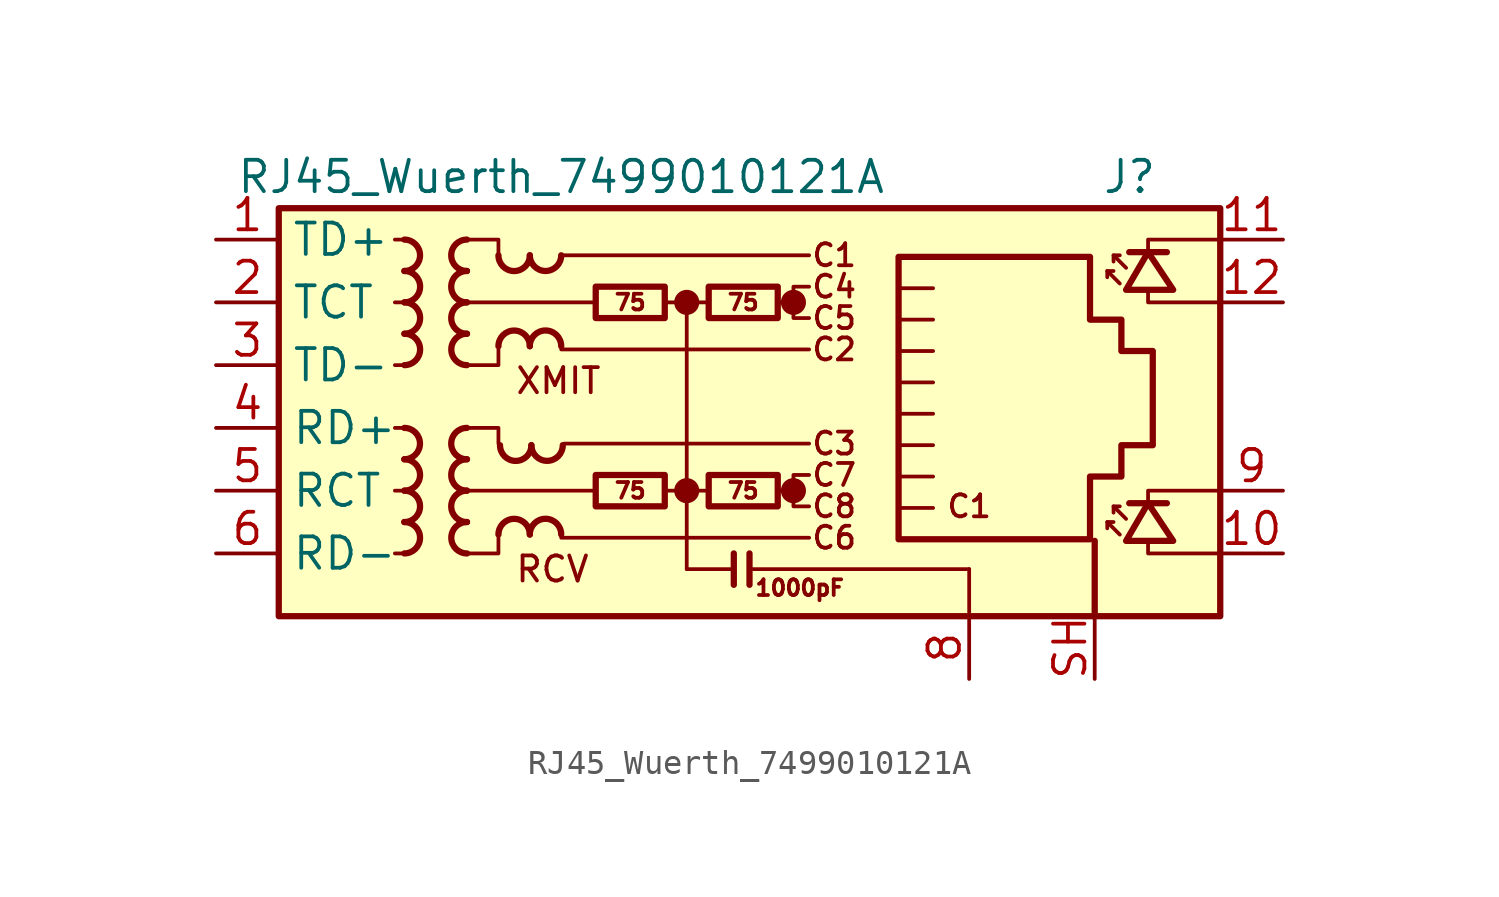
<source format=kicad_sym>
(kicad_symbol_lib
  (version 20220914)
  (generator kicad_symbol_editor)
  (symbol "RJ45_Wuerth_7499010121A"
    (property "Reference" "J"
      (at 17.78 10.16 0)
      (effects (font (size 1.27 1.27)) (justify right)))
    (property "Value" "RJ45_Wuerth_7499010121A"
      (at -6.35 10.16 0)
      (effects (font (size 1.27 1.27))))
    (symbol "RJ45_Wuerth_7499010121A_0_0"
      (circle (center -1.27 -2.54) (radius 0.0001) (stroke (width 0.508) (type default)) (fill (type none)))
      (circle (center -1.27 5.08) (radius 0.0001) (stroke (width 0.508) (type default)) (fill (type none)))
      (polyline (pts (xy -1.27 5.08) (xy -1.27 -5.715)) (stroke (width 0) (type default)) (fill (type none)))
      (polyline (pts (xy 0.635 -5.08) (xy 0.635 -6.35)) (stroke (width 0.254) (type default)) (fill (type none)))
      (polyline (pts (xy 1.27 -5.08) (xy 1.27 -6.35)) (stroke (width 0.254) (type default)) (fill (type none)))
      (polyline (pts (xy 3.048 -2.54) (xy 2.54 -2.54)) (stroke (width 0) (type default)) (fill (type none)))
      (polyline (pts (xy 3.048 5.08) (xy 2.54 5.08)) (stroke (width 0) (type default)) (fill (type none)))
      (polyline (pts (xy 17.399 -3.175) (xy 17.399 -2.54) (xy 20.32 -2.54)) (stroke (width 0) (type default)) (fill (type none)))
      (polyline (pts (xy 17.399 6.985) (xy 17.399 7.62) (xy 20.32 7.62)) (stroke (width 0) (type default)) (fill (type none)))
      (polyline (pts (xy 20.32 -5.08) (xy 17.399 -5.08) (xy 17.399 -4.572)) (stroke (width 0) (type default)) (fill (type none)))
      (polyline (pts (xy 20.32 5.08) (xy 17.399 5.08) (xy 17.399 5.588)) (stroke (width 0) (type default)) (fill (type none)))
      (polyline (pts (xy 3.683 -1.905) (xy 3.048 -1.905) (xy 3.048 -3.175) (xy 3.683 -3.175)) (stroke (width 0) (type default)) (fill (type none)))
      (polyline (pts (xy 3.683 5.715) (xy 3.048 5.715) (xy 3.048 4.445) (xy 3.683 4.445)) (stroke (width 0) (type default)) (fill (type none)))
      (circle (center 3.048 -2.54) (radius 0.0001) (stroke (width 0.508) (type default)) (fill (type none)))
      (circle (center 3.048 5.08) (radius 0.0001) (stroke (width 0.508) (type default)) (fill (type none)))
      (text "C1" (at 4.699 6.985 0) (effects (font (size 0.889 0.889))))
      (text "C1" (at 10.16 -3.175 0) (effects (font (size 0.889 0.889))))
      (text "C2" (at 4.699 3.175 0) (effects (font (size 0.889 0.889))))
      (text "C3" (at 4.699 -0.635 0) (effects (font (size 0.889 0.889))))
      (text "C4" (at 4.699 5.715 0) (effects (font (size 0.889 0.889))))
      (text "C5" (at 4.699 4.445 0) (effects (font (size 0.889 0.889))))
      (text "C6" (at 4.699 -4.445 0) (effects (font (size 0.889 0.889))))
      (text "C7" (at 4.699 -1.905 0) (effects (font (size 0.889 0.889))))
      (text "C8" (at 4.699 -3.175 0) (effects (font (size 0.889 0.889))))
      (text "RCV" (at -8.255 -5.715 0) (effects (font (size 1.016 1.016)) (justify left)))
      (text "XMIT" (at -8.255 1.905 0) (effects (font (size 1.016 1.016)) (justify left))))
    (symbol "RJ45_Wuerth_7499010121A_0_1"
      (rectangle (start -17.78 8.89) (end 20.32 -7.62) (stroke (width 0.254) (type default)) (fill (type background)))
      (polyline (pts (xy -12.7 -5.08) (xy -13.081 -5.08)) (stroke (width 0) (type default)) (fill (type none)))
      (polyline (pts (xy -12.7 -2.54) (xy -13.081 -2.54)) (stroke (width 0) (type default)) (fill (type none)))
      (polyline (pts (xy -12.7 0) (xy -13.081 0)) (stroke (width 0) (type default)) (fill (type none)))
      (polyline (pts (xy -12.7 2.54) (xy -13.081 2.54)) (stroke (width 0) (type default)) (fill (type none)))
      (polyline (pts (xy -12.7 5.08) (xy -13.081 5.08)) (stroke (width 0) (type default)) (fill (type none)))
      (polyline (pts (xy -12.7 7.62) (xy -13.081 7.62)) (stroke (width 0) (type default)) (fill (type none)))
      (polyline (pts (xy -6.35 -4.445) (xy 3.683 -4.445)) (stroke (width 0) (type default)) (fill (type none)))
      (polyline (pts (xy -6.35 3.175) (xy 3.683 3.175)) (stroke (width 0) (type default)) (fill (type none)))
      (polyline (pts (xy -6.35 6.985) (xy 3.683 6.985)) (stroke (width 0) (type default)) (fill (type none)))
      (polyline (pts (xy -6.223 -0.635) (xy 3.683 -0.635)) (stroke (width 0) (type default)) (fill (type none)))
      (polyline (pts (xy -5.08 -2.54) (xy -10.16 -2.54)) (stroke (width 0) (type default)) (fill (type none)))
      (polyline (pts (xy -4.953 5.08) (xy -10.16 5.08)) (stroke (width 0) (type default)) (fill (type none)))
      (polyline (pts (xy -2.159 -2.54) (xy -0.381 -2.54)) (stroke (width 0) (type default)) (fill (type none)))
      (polyline (pts (xy -2.159 5.08) (xy -0.381 5.08)) (stroke (width 0) (type default)) (fill (type none)))
      (polyline (pts (xy 0.635 -5.715) (xy -1.27 -5.715)) (stroke (width 0) (type default)) (fill (type none)))
      (polyline (pts (xy 7.429 -1.968) (xy 8.7 -1.968)) (stroke (width 0) (type default)) (fill (type none)))
      (polyline (pts (xy 7.429 -0.699) (xy 8.7 -0.699)) (stroke (width 0) (type default)) (fill (type none)))
      (polyline (pts (xy 7.429 0.572) (xy 8.7 0.572)) (stroke (width 0) (type default)) (fill (type none)))
      (polyline (pts (xy 7.429 1.841) (xy 8.7 1.841)) (stroke (width 0) (type default)) (fill (type none)))
      (polyline (pts (xy 7.429 3.111) (xy 8.7 3.111)) (stroke (width 0) (type default)) (fill (type none)))
      (polyline (pts (xy 8.7 -3.239) (xy 7.429 -3.239)) (stroke (width 0) (type default)) (fill (type none)))
      (polyline (pts (xy 8.7 4.381) (xy 7.429 4.381)) (stroke (width 0) (type default)) (fill (type none)))
      (polyline (pts (xy 8.7 5.652) (xy 7.429 5.652)) (stroke (width 0) (type default)) (fill (type none)))
      (polyline (pts (xy 10.16 -5.715) (xy 1.27 -5.715)) (stroke (width 0) (type default)) (fill (type none)))
      (polyline (pts (xy 10.16 -5.715) (xy 10.16 -7.62)) (stroke (width 0) (type default)) (fill (type none)))
      (polyline (pts (xy -10.16 0) (xy -8.89 0) (xy -8.89 -0.635)) (stroke (width 0) (type default)) (fill (type none)))
      (polyline (pts (xy -10.16 7.62) (xy -8.89 7.62) (xy -8.89 6.985)) (stroke (width 0) (type default)) (fill (type none)))
      (polyline (pts (xy -8.89 -4.445) (xy -8.89 -5.08) (xy -10.16 -5.08)) (stroke (width 0) (type default)) (fill (type none)))
      (polyline (pts (xy -8.89 3.175) (xy -8.89 2.54) (xy -10.16 2.54)) (stroke (width 0) (type default)) (fill (type none))))
    (symbol "RJ45_Wuerth_7499010121A_1_0"
      (text "1000pF" (at 3.302 -6.477 0) (effects (font (size 0.635 0.635)))))
    (symbol "RJ45_Wuerth_7499010121A_1_1"
      (arc (start -12.7 -1.27) (mid -12.0677 -0.635) (end -12.7 0) (stroke (width 0.254) (type default)) (fill (type none)))
      (arc (start -12.6973 -5.08) (mid -12.065 -4.445) (end -12.6973 -3.81) (stroke (width 0.254) (type default)) (fill (type none)))
      (arc (start -12.6973 -3.81) (mid -12.065 -3.175) (end -12.6973 -2.54) (stroke (width 0.254) (type default)) (fill (type none)))
      (arc (start -12.6973 -2.54) (mid -12.065 -1.905) (end -12.6973 -1.27) (stroke (width 0.254) (type default)) (fill (type none)))
      (arc (start -12.6973 6.35) (mid -12.065 6.985) (end -12.6973 7.62) (stroke (width 0.254) (type default)) (fill (type none)))
      (arc (start -12.6946 2.54) (mid -12.0623 3.175) (end -12.6946 3.81) (stroke (width 0.254) (type default)) (fill (type none)))
      (arc (start -12.6946 3.81) (mid -12.0623 4.445) (end -12.6946 5.08) (stroke (width 0.254) (type default)) (fill (type none)))
      (arc (start -12.6946 5.08) (mid -12.0623 5.715) (end -12.6946 6.35) (stroke (width 0.254) (type default)) (fill (type none)))
      (arc (start -10.1654 -2.54) (mid -10.7977 -3.175) (end -10.1654 -3.81) (stroke (width 0.254) (type default)) (fill (type none)))
      (arc (start -10.1654 -1.27) (mid -10.7977 -1.905) (end -10.1654 -2.54) (stroke (width 0.254) (type default)) (fill (type none)))
      (arc (start -10.1654 0) (mid -10.7977 -0.635) (end -10.1654 -1.27) (stroke (width 0.254) (type default)) (fill (type none)))
      (arc (start -10.1654 5.08) (mid -10.7977 4.445) (end -10.1654 3.81) (stroke (width 0.254) (type default)) (fill (type none)))
      (arc (start -10.1654 6.35) (mid -10.7977 5.715) (end -10.1654 5.08) (stroke (width 0.254) (type default)) (fill (type none)))
      (arc (start -10.1654 7.62) (mid -10.7977 6.985) (end -10.1654 6.35) (stroke (width 0.254) (type default)) (fill (type none)))
      (arc (start -10.1627 -3.81) (mid -10.795 -4.445) (end -10.1627 -5.08) (stroke (width 0.254) (type default)) (fill (type none)))
      (arc (start -10.1627 3.81) (mid -10.795 3.175) (end -10.1627 2.54) (stroke (width 0.254) (type default)) (fill (type none)))
      (arc (start -8.89 6.9823) (mid -8.255 6.35) (end -7.62 6.9823) (stroke (width 0.254) (type default)) (fill (type none)))
      (arc (start -8.8265 -0.7012) (mid -8.1915 -1.3335) (end -7.5565 -0.7012) (stroke (width 0.254) (type default)) (fill (type none)))
      (arc (start -7.62 -4.3153) (mid -8.255 -3.683) (end -8.89 -4.3153) (stroke (width 0.254) (type default)) (fill (type none)))
      (arc (start -7.62 3.3047) (mid -8.255 3.937) (end -8.89 3.3047) (stroke (width 0.254) (type default)) (fill (type none)))
      (arc (start -7.62 6.985) (mid -6.985 6.3527) (end -6.35 6.985) (stroke (width 0.254) (type default)) (fill (type none)))
      (arc (start -7.5565 -0.6985) (mid -6.9215 -1.3308) (end -6.2865 -0.6985) (stroke (width 0.254) (type default)) (fill (type none)))
      (arc (start -6.35 -4.3126) (mid -6.985 -3.6803) (end -7.62 -4.3126) (stroke (width 0.254) (type default)) (fill (type none)))
      (arc (start -6.35 3.3074) (mid -6.985 3.9397) (end -7.62 3.3074) (stroke (width 0.254) (type default)) (fill (type none)))
      (rectangle (start -4.953 -1.905) (end -2.159 -3.175) (stroke (width 0.254) (type default)) (fill (type none)))
      (rectangle (start -4.953 5.715) (end -2.159 4.445) (stroke (width 0.254) (type default)) (fill (type none)))
      (rectangle (start -0.381 -1.905) (end 2.413 -3.175) (stroke (width 0.254) (type default)) (fill (type none)))
      (rectangle (start -0.381 5.715) (end 2.413 4.445) (stroke (width 0.254) (type default)) (fill (type none)))
      (polyline (pts (xy 15.24 -7.62) (xy 15.24 -4.572)) (stroke (width 0.254) (type default)) (fill (type none)))
      (polyline (pts (xy 15.748 -3.81) (xy 15.748 -4.064)) (stroke (width 0) (type default)) (fill (type none)))
      (polyline (pts (xy 15.748 6.35) (xy 15.748 6.096)) (stroke (width 0) (type default)) (fill (type none)))
      (polyline (pts (xy 16.002 -3.175) (xy 16.002 -3.429)) (stroke (width 0) (type default)) (fill (type none)))
      (polyline (pts (xy 16.002 6.985) (xy 16.002 6.731)) (stroke (width 0) (type default)) (fill (type none)))
      (polyline (pts (xy 16.637 -3.048) (xy 18.161 -3.048)) (stroke (width 0.254) (type default)) (fill (type none)))
      (polyline (pts (xy 16.637 7.112) (xy 18.161 7.112)) (stroke (width 0.254) (type default)) (fill (type none)))
      (polyline (pts (xy 16.256 -4.318) (xy 15.748 -3.81) (xy 16.002 -3.81)) (stroke (width 0) (type default)) (fill (type none)))
      (polyline (pts (xy 16.256 5.842) (xy 15.748 6.35) (xy 16.002 6.35)) (stroke (width 0) (type default)) (fill (type none)))
      (polyline (pts (xy 16.51 -3.683) (xy 16.002 -3.175) (xy 16.256 -3.175)) (stroke (width 0) (type default)) (fill (type none)))
      (polyline (pts (xy 16.51 6.477) (xy 16.002 6.985) (xy 16.256 6.985)) (stroke (width 0) (type default)) (fill (type none)))
      (polyline (pts (xy 16.51 -4.572) (xy 18.415 -4.572) (xy 17.399 -3.048) (xy 16.51 -4.572)) (stroke (width 0.254) (type default)) (fill (type none)))
      (polyline (pts (xy 16.51 5.588) (xy 18.415 5.588) (xy 17.399 7.112) (xy 16.51 5.588)) (stroke (width 0.254) (type default)) (fill (type none)))
      (polyline (pts (xy 7.303 -4.508) (xy 7.303 6.921) (xy 15.05 6.921) (xy 15.05 4.381) (xy 16.32 4.381) (xy 16.32 3.111) (xy 17.59 3.111) (xy 17.59 -0.699) (xy 16.32 -0.699) (xy 16.32 -1.968) (xy 15.05 -1.968) (xy 15.05 -4.508) (xy 7.303 -4.508)) (stroke (width 0.254) (type default)) (fill (type none)))
      (text "75" (at -3.556 -2.54 0) (effects (font (size 0.635 0.635))))
      (text "75" (at -3.556 5.08 0) (effects (font (size 0.635 0.635))))
      (text "75" (at 1.016 -2.54 0) (effects (font (size 0.635 0.635))))
      (text "75" (at 1.016 5.08 0) (effects (font (size 0.635 0.635))))
      (pin passive line (at -20.32 7.62 0) (length 2.54) (name "TD+" (effects (font (size 1.27 1.27)))) (number "1" (effects (font (size 1.27 1.27)))))
      (pin passive line (at 22.86 -5.08 180) (length 2.54) (name "" (effects (font (size 1.27 1.27)))) (number "10" (effects (font (size 1.27 1.27)))))
      (pin passive line (at 22.86 7.62 180) (length 2.54) (name "" (effects (font (size 1.27 1.27)))) (number "11" (effects (font (size 1.27 1.27)))))
      (pin passive line (at 22.86 5.08 180) (length 2.54) (name "" (effects (font (size 1.27 1.27)))) (number "12" (effects (font (size 1.27 1.27)))))
      (pin passive line (at -20.32 5.08 0) (length 2.54) (name "TCT" (effects (font (size 1.27 1.27)))) (number "2" (effects (font (size 1.27 1.27)))))
      (pin passive line (at -20.32 2.54 0) (length 2.54) (name "TD-" (effects (font (size 1.27 1.27)))) (number "3" (effects (font (size 1.27 1.27)))))
      (pin passive line (at -20.32 0 0) (length 2.54) (name "RD+" (effects (font (size 1.27 1.27)))) (number "4" (effects (font (size 1.27 1.27)))))
      (pin passive line (at -20.32 -2.54 0) (length 2.54) (name "RCT" (effects (font (size 1.27 1.27)))) (number "5" (effects (font (size 1.27 1.27)))))
      (pin passive line (at -20.32 -5.08 0) (length 2.54) (name "RD-" (effects (font (size 1.27 1.27)))) (number "6" (effects (font (size 1.27 1.27)))))
      (pin no_connect line (at 20.32 0 0) (length 0) hide (name "NC" (effects (font (size 1.27 1.27)))) (number "7" (effects (font (size 1.27 1.27)))))
      (pin power_in line (at 10.16 -10.16 90) (length 2.54) (name "" (effects (font (size 1.27 1.27)))) (number "8" (effects (font (size 1.27 1.27)))))
      (pin passive line (at 22.86 -2.54 180) (length 2.54) (name "" (effects (font (size 1.27 1.27)))) (number "9" (effects (font (size 1.27 1.27)))))
      (pin passive line (at 15.24 -10.16 90) (length 2.54) (name "" (effects (font (size 1.27 1.27)))) (number "SH" (effects (font (size 1.27 1.27))))))))
</source>
